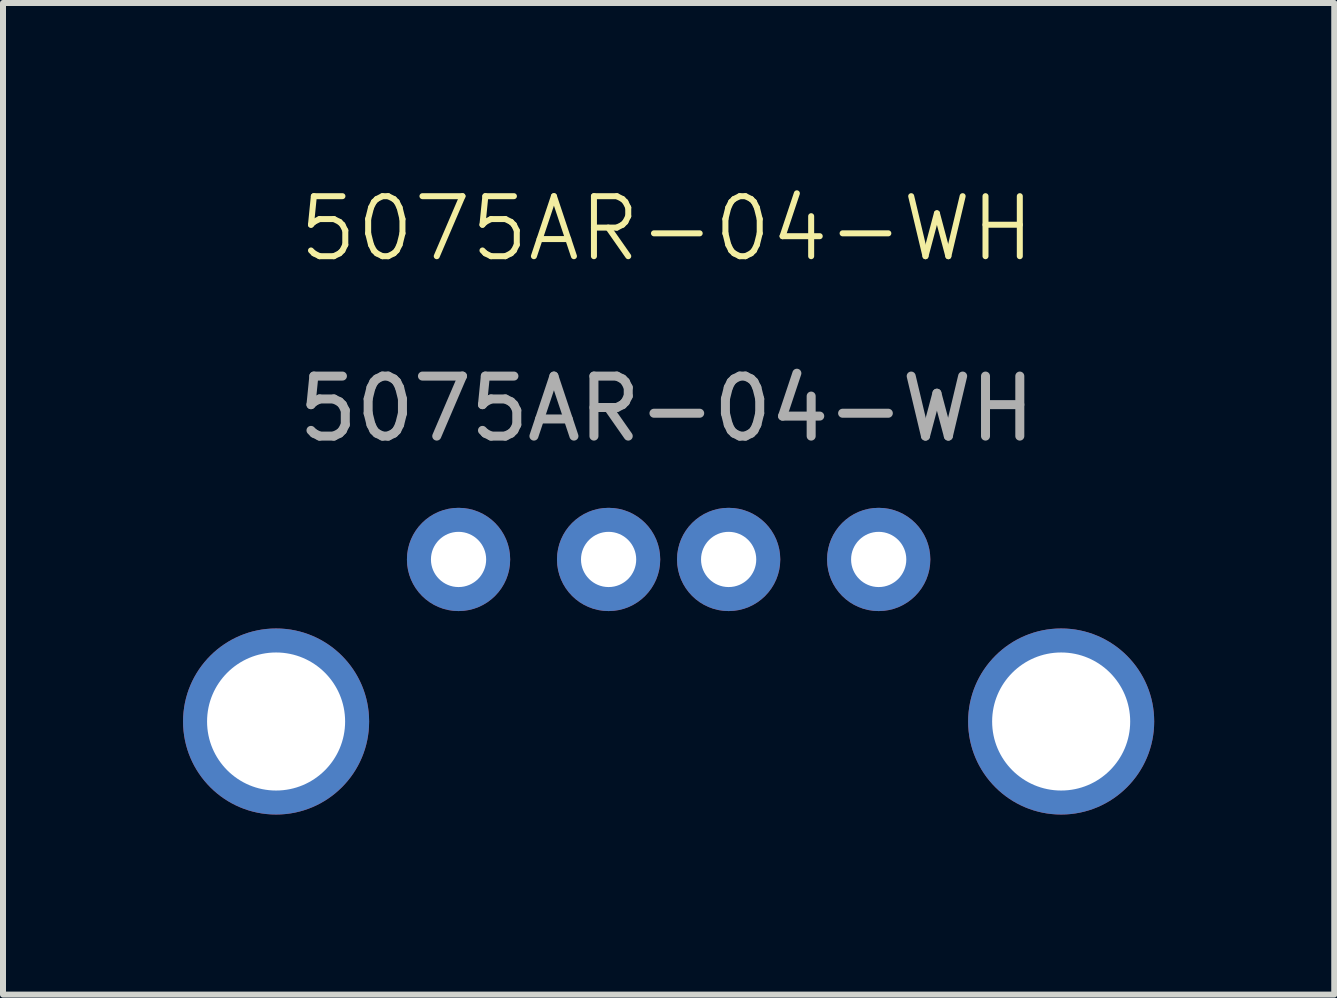
<source format=kicad_pcb>
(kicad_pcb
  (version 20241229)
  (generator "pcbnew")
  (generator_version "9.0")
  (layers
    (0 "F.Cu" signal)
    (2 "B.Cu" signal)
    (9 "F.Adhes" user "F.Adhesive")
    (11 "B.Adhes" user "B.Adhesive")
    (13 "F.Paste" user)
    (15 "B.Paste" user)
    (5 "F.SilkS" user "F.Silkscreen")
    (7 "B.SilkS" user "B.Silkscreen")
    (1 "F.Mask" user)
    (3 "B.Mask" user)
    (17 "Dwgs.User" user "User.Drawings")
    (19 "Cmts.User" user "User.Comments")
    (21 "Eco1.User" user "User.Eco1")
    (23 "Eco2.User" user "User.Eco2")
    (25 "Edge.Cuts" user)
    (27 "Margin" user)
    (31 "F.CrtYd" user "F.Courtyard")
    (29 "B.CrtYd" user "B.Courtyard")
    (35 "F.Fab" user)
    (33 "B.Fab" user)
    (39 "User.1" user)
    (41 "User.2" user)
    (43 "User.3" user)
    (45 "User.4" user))
  (footprint "5075AR-04-WH"
    (layer "F.Cu")
    (at 8.09 6.271)
    (property "Reference" "5075AR-04-WH" (at -0.03 -5.51 0) (unlocked yes) (layer "F.SilkS") (effects (font (size 1 1) (thickness 0.1))))
    (attr through_hole)
    (fp_text user "${REFERENCE}" (at -0.03 -2.51 0) (unlocked yes) (layer "F.Fab") (effects (font (size 1 1) (thickness 0.15))))
    (pad "-" thru_hole circle (at -6.54 2.7) (size 3.1 3.1) (drill 2.3) (layers "*.Cu" "*.Mask"))
    (pad "-" thru_hole circle (at 6.54 2.7) (size 3.1 3.1) (drill 2.3) (layers "*.Cu" "*.Mask"))
    (pad "1" thru_hole circle (at -3.5 0) (size 1.72 1.72) (drill 0.92) (layers "*.Cu" "*.Mask"))
    (pad "2" thru_hole circle (at -1 0) (size 1.72 1.72) (drill 0.92) (layers "*.Cu" "*.Mask"))
    (pad "3" thru_hole circle (at 1 0) (size 1.72 1.72) (drill 0.92) (layers "*.Cu" "*.Mask"))
    (pad "4" thru_hole circle (at 3.5 0) (size 1.72 1.72) (drill 0.92) (layers "*.Cu" "*.Mask")))
  (gr_rect
    (start -3 -3)
    (end 19.18 13.521)
    (stroke (width 0.1) (type default))
    (fill no)
    (layer "Edge.Cuts")))
</source>
